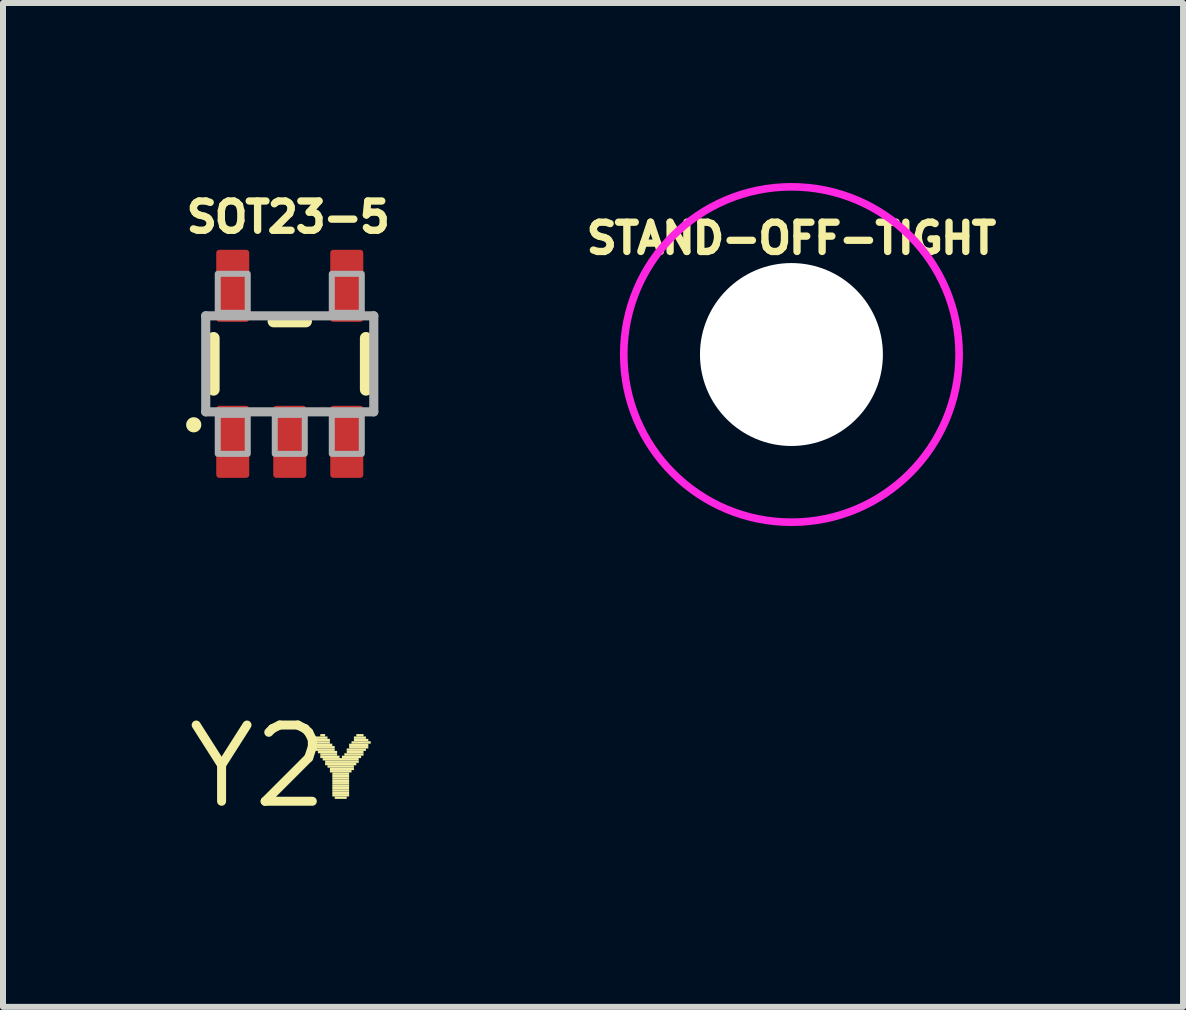
<source format=kicad_pcb>
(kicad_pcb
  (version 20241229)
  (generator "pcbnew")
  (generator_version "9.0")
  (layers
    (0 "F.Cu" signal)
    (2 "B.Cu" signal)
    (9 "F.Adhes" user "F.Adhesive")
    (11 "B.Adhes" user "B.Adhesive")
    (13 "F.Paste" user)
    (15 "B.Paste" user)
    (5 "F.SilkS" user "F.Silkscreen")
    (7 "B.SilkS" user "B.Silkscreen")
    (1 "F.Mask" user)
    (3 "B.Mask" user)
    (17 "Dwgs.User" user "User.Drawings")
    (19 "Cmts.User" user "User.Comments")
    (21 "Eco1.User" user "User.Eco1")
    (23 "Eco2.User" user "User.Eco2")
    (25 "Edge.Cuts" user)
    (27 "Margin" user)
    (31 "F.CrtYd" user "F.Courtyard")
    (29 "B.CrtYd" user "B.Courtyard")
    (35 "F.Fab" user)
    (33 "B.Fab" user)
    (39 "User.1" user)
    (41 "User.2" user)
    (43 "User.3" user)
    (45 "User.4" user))
  (footprint "Y2"
    (layer "F.Cu")
    (at 1.247 9.721)
    (property "Reference" "Y2" (at 0 0 0) (layer "F.SilkS") (effects (font (size 1.27 1.27) (thickness 0.15))))
    (fp_poly (pts (xy 0.92 -0.42) (xy 1.2 -0.42) (xy 1.2 -0.46) (xy 0.92 -0.46)) (stroke (width 0) (type default)) (fill yes) (layer "F.SilkS"))
    (fp_poly (pts (xy 0.92 -0.38) (xy 1.2 -0.38) (xy 1.2 -0.42) (xy 0.92 -0.42)) (stroke (width 0) (type default)) (fill yes) (layer "F.SilkS"))
    (fp_poly (pts (xy 0.92 -0.34) (xy 1.24 -0.34) (xy 1.24 -0.38) (xy 0.92 -0.38)) (stroke (width 0) (type default)) (fill yes) (layer "F.SilkS"))
    (fp_poly (pts (xy 0.96 -0.46) (xy 1.16 -0.46) (xy 1.16 -0.5) (xy 0.96 -0.5)) (stroke (width 0) (type default)) (fill yes) (layer "F.SilkS"))
    (fp_poly (pts (xy 0.96 -0.3) (xy 1.28 -0.3) (xy 1.28 -0.34) (xy 0.96 -0.34)) (stroke (width 0) (type default)) (fill yes) (layer "F.SilkS"))
    (fp_poly (pts (xy 0.96 -0.26) (xy 1.28 -0.26) (xy 1.28 -0.3) (xy 0.96 -0.3)) (stroke (width 0) (type default)) (fill yes) (layer "F.SilkS"))
    (fp_poly (pts (xy 1 -0.22) (xy 1.32 -0.22) (xy 1.32 -0.26) (xy 1 -0.26)) (stroke (width 0) (type default)) (fill yes) (layer "F.SilkS"))
    (fp_poly (pts (xy 1.04 -0.5) (xy 1.12 -0.5) (xy 1.12 -0.54) (xy 1.04 -0.54)) (stroke (width 0) (type default)) (fill yes) (layer "F.SilkS"))
    (fp_poly (pts (xy 1.04 -0.18) (xy 1.32 -0.18) (xy 1.32 -0.22) (xy 1.04 -0.22)) (stroke (width 0) (type default)) (fill yes) (layer "F.SilkS"))
    (fp_poly (pts (xy 1.04 -0.14) (xy 1.36 -0.14) (xy 1.36 -0.18) (xy 1.04 -0.18)) (stroke (width 0) (type default)) (fill yes) (layer "F.SilkS"))
    (fp_poly (pts (xy 1.08 -0.1) (xy 1.68 -0.1) (xy 1.68 -0.14) (xy 1.08 -0.14)) (stroke (width 0) (type default)) (fill yes) (layer "F.SilkS"))
    (fp_poly (pts (xy 1.12 -0.06) (xy 1.68 -0.06) (xy 1.68 -0.1) (xy 1.12 -0.1)) (stroke (width 0) (type default)) (fill yes) (layer "F.SilkS"))
    (fp_poly (pts (xy 1.12 -0.02) (xy 1.64 -0.02) (xy 1.64 -0.06) (xy 1.12 -0.06)) (stroke (width 0) (type default)) (fill yes) (layer "F.SilkS"))
    (fp_poly (pts (xy 1.16 0.02) (xy 1.6 0.02) (xy 1.6 -0.02) (xy 1.16 -0.02)) (stroke (width 0) (type default)) (fill yes) (layer "F.SilkS"))
    (fp_poly (pts (xy 1.2 0.06) (xy 1.6 0.06) (xy 1.6 0.02) (xy 1.2 0.02)) (stroke (width 0) (type default)) (fill yes) (layer "F.SilkS"))
    (fp_poly (pts (xy 1.2 0.1) (xy 1.56 0.1) (xy 1.56 0.06) (xy 1.2 0.06)) (stroke (width 0) (type default)) (fill yes) (layer "F.SilkS"))
    (fp_poly (pts (xy 1.24 0.14) (xy 1.52 0.14) (xy 1.52 0.1) (xy 1.24 0.1)) (stroke (width 0) (type default)) (fill yes) (layer "F.SilkS"))
    (fp_poly (pts (xy 1.24 0.18) (xy 1.52 0.18) (xy 1.52 0.14) (xy 1.24 0.14)) (stroke (width 0) (type default)) (fill yes) (layer "F.SilkS"))
    (fp_poly (pts (xy 1.24 0.22) (xy 1.52 0.22) (xy 1.52 0.18) (xy 1.24 0.18)) (stroke (width 0) (type default)) (fill yes) (layer "F.SilkS"))
    (fp_poly (pts (xy 1.24 0.26) (xy 1.52 0.26) (xy 1.52 0.22) (xy 1.24 0.22)) (stroke (width 0) (type default)) (fill yes) (layer "F.SilkS"))
    (fp_poly (pts (xy 1.24 0.3) (xy 1.52 0.3) (xy 1.52 0.26) (xy 1.24 0.26)) (stroke (width 0) (type default)) (fill yes) (layer "F.SilkS"))
    (fp_poly (pts (xy 1.24 0.34) (xy 1.52 0.34) (xy 1.52 0.3) (xy 1.24 0.3)) (stroke (width 0) (type default)) (fill yes) (layer "F.SilkS"))
    (fp_poly (pts (xy 1.24 0.38) (xy 1.52 0.38) (xy 1.52 0.34) (xy 1.24 0.34)) (stroke (width 0) (type default)) (fill yes) (layer "F.SilkS"))
    (fp_poly (pts (xy 1.24 0.42) (xy 1.52 0.42) (xy 1.52 0.38) (xy 1.24 0.38)) (stroke (width 0) (type default)) (fill yes) (layer "F.SilkS"))
    (fp_poly (pts (xy 1.24 0.46) (xy 1.52 0.46) (xy 1.52 0.42) (xy 1.24 0.42)) (stroke (width 0) (type default)) (fill yes) (layer "F.SilkS"))
    (fp_poly (pts (xy 1.24 0.5) (xy 1.52 0.5) (xy 1.52 0.46) (xy 1.24 0.46)) (stroke (width 0) (type default)) (fill yes) (layer "F.SilkS"))
    (fp_poly (pts (xy 1.28 0.54) (xy 1.48 0.54) (xy 1.48 0.5) (xy 1.28 0.5)) (stroke (width 0) (type default)) (fill yes) (layer "F.SilkS"))
    (fp_poly (pts (xy 1.4 -0.14) (xy 1.72 -0.14) (xy 1.72 -0.18) (xy 1.4 -0.18)) (stroke (width 0) (type default)) (fill yes) (layer "F.SilkS"))
    (fp_poly (pts (xy 1.44 -0.18) (xy 1.76 -0.18) (xy 1.76 -0.22) (xy 1.44 -0.22)) (stroke (width 0) (type default)) (fill yes) (layer "F.SilkS"))
    (fp_poly (pts (xy 1.48 -0.26) (xy 1.8 -0.26) (xy 1.8 -0.3) (xy 1.48 -0.3)) (stroke (width 0) (type default)) (fill yes) (layer "F.SilkS"))
    (fp_poly (pts (xy 1.48 -0.22) (xy 1.76 -0.22) (xy 1.76 -0.26) (xy 1.48 -0.26)) (stroke (width 0) (type default)) (fill yes) (layer "F.SilkS"))
    (fp_poly (pts (xy 1.52 -0.34) (xy 1.84 -0.34) (xy 1.84 -0.38) (xy 1.52 -0.38)) (stroke (width 0) (type default)) (fill yes) (layer "F.SilkS"))
    (fp_poly (pts (xy 1.52 -0.3) (xy 1.84 -0.3) (xy 1.84 -0.34) (xy 1.52 -0.34)) (stroke (width 0) (type default)) (fill yes) (layer "F.SilkS"))
    (fp_poly (pts (xy 1.56 -0.38) (xy 1.88 -0.38) (xy 1.88 -0.42) (xy 1.56 -0.42)) (stroke (width 0) (type default)) (fill yes) (layer "F.SilkS"))
    (fp_poly (pts (xy 1.6 -0.46) (xy 1.8 -0.46) (xy 1.8 -0.5) (xy 1.6 -0.5)) (stroke (width 0) (type default)) (fill yes) (layer "F.SilkS"))
    (fp_poly (pts (xy 1.6 -0.42) (xy 1.84 -0.42) (xy 1.84 -0.46) (xy 1.6 -0.46)) (stroke (width 0) (type default)) (fill yes) (layer "F.SilkS"))
    (fp_poly (pts (xy 1.64 -0.5) (xy 1.76 -0.5) (xy 1.76 -0.54) (xy 1.64 -0.54)) (stroke (width 0) (type default)) (fill yes) (layer "F.SilkS")))
  (footprint "SOT23-5"
    (layer "F.Cu")
    (at 1.778 3.012)
    (property "Reference" "SOT23-5" (at -1.778 -2.159 0) (unlocked yes) (layer "F.SilkS") (effects (font (size 0.488 0.488) (thickness 0.122)) (justify left bottom)))
    (fp_line (start -1.27 0.429) (end -1.27 -0.429) (stroke (width 0.203) (type solid)) (layer "F.SilkS"))
    (fp_line (start -0.268 -0.709) (end 0.268 -0.709) (stroke (width 0.203) (type solid)) (layer "F.SilkS"))
    (fp_line (start 1.27 -0.429) (end 1.27 0.429) (stroke (width 0.203) (type solid)) (layer "F.SilkS"))
    (fp_circle (center -1.6 1.016) (end -1.537 1.016) (stroke (width 0.127) (type solid)) (fill yes) (layer "F.SilkS"))
    (fp_line (start -1.4 -0.8) (end -1.4 0.8) (stroke (width 0.152) (type solid)) (layer "F.Fab"))
    (fp_line (start -1.4 -0.8) (end 1.4 -0.8) (stroke (width 0.152) (type solid)) (layer "F.Fab"))
    (fp_line (start 1.4 -0.8) (end 1.4 0.8) (stroke (width 0.152) (type solid)) (layer "F.Fab"))
    (fp_line (start 1.4 0.8) (end -1.4 0.8) (stroke (width 0.152) (type solid)) (layer "F.Fab"))
    (fp_poly (pts (xy -1.2 -0.85) (xy -0.7 -0.85) (xy -0.7 -1.5) (xy -1.2 -1.5)) (stroke (width 0.1) (type default)) (fill no) (layer "F.Fab"))
    (fp_poly (pts (xy -1.2 1.5) (xy -0.7 1.5) (xy -0.7 0.85) (xy -1.2 0.85)) (stroke (width 0.1) (type default)) (fill no) (layer "F.Fab"))
    (fp_poly (pts (xy -0.25 1.5) (xy 0.25 1.5) (xy 0.25 0.85) (xy -0.25 0.85)) (stroke (width 0.1) (type default)) (fill no) (layer "F.Fab"))
    (fp_poly (pts (xy 0.7 -0.85) (xy 1.2 -0.85) (xy 1.2 -1.5) (xy 0.7 -1.5)) (stroke (width 0.1) (type default)) (fill no) (layer "F.Fab"))
    (fp_poly (pts (xy 0.7 1.5) (xy 1.2 1.5) (xy 1.2 0.85) (xy 0.7 0.85)) (stroke (width 0.1) (type default)) (fill no) (layer "F.Fab"))
    (pad "1" smd roundrect (at -0.95 1.3) (size 0.55 1.2) (layers "F.Cu" "F.Mask" "F.Paste") (roundrect_rratio 0.092))
    (pad "2" smd roundrect (at 0 1.3) (size 0.55 1.2) (layers "F.Cu" "F.Mask" "F.Paste") (roundrect_rratio 0.092))
    (pad "3" smd roundrect (at 0.95 1.3) (size 0.55 1.2) (layers "F.Cu" "F.Mask" "F.Paste") (roundrect_rratio 0.092))
    (pad "4" smd roundrect (at 0.95 -1.3) (size 0.55 1.2) (layers "F.Cu" "F.Mask" "F.Paste") (roundrect_rratio 0.092))
    (pad "5" smd roundrect (at -0.95 -1.3) (size 0.55 1.2) (layers "F.Cu" "F.Mask" "F.Paste") (roundrect_rratio 0.092)))
  (footprint "STAND-OFF-TIGHT"
    (layer "F.Cu")
    (at 10.137 2.857)
    (property "Reference" "STAND-OFF-TIGHT" (at 0 -1.651 0) (unlocked yes) (layer "F.SilkS") (effects (font (size 0.488 0.488) (thickness 0.122)) (justify bottom)))
    (fp_circle (center 0 0) (end 2.794 0) (stroke (width 0.127) (type solid)) (fill no) (layer "F.CrtYd"))
    (pad "" np_thru_hole circle (at 0 0) (size 3.048 3.048) (drill 3.048) (layers "*.Cu" "*.Mask")))
  (gr_rect
    (start -3 -3)
    (end 16.662 13.727)
    (stroke (width 0.1) (type default))
    (fill no)
    (layer "Edge.Cuts")))
</source>
